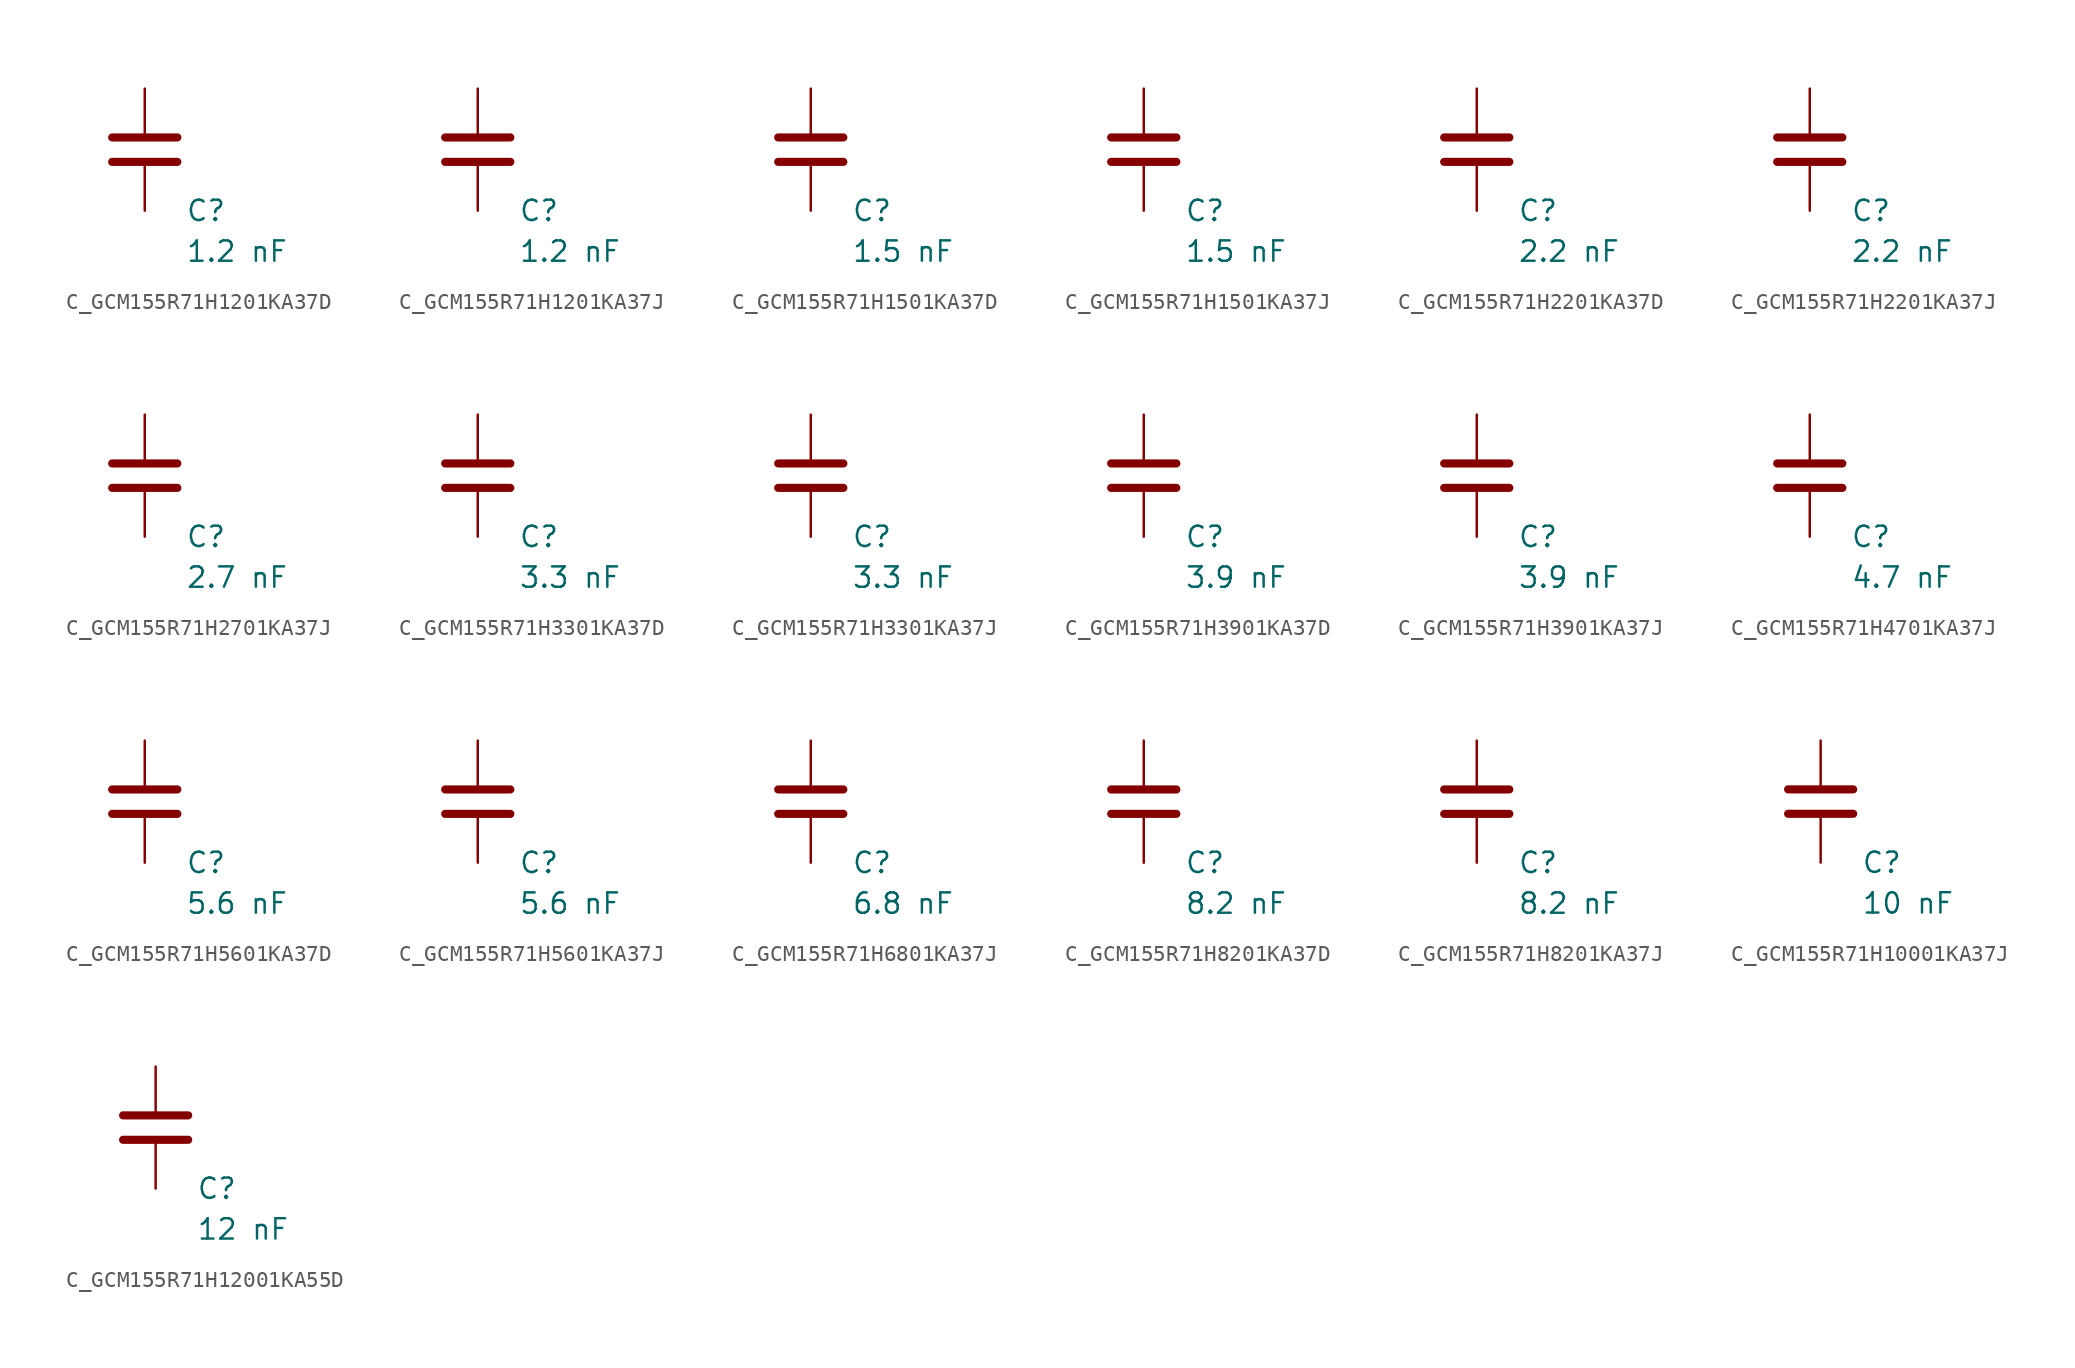
<source format=kicad_sym>
(kicad_symbol_lib
  (version 20231120)
  (generator "kicad_symbol_editor")
  (generator_version "8.0")
  (symbol "C_GCM155R71H1201KA37D"
    (pin_numbers hide)
    (pin_names
      (offset 0.254))
    (property "Reference" "C"
      (at 2.54 -3.81 0)
      (effects (font (size 1.27 1.27)) (justify left))
      (show_name no))
    (property "Value" "1.2 nF"
      (at 2.54 -6.35 0)
      (effects (font (size 1.27 1.27)) (justify left))
      (show_name no))
    (symbol "C_GCM155R71H1201KA37D_0_1"
      (polyline (pts (xy -2.032 -0.762) (xy 2.032 -0.762)) (stroke (width 0.508) (type default)) (fill (type none)))
      (polyline (pts (xy -2.032 0.762) (xy 2.032 0.762)) (stroke (width 0.508) (type default)) (fill (type none))))
    (symbol "C_GCM155R71H1201KA37D_1_1"
      (pin passive line (at 0 3.81 270) (length 2.794) (name "~" (effects (font (size 1.27 1.27)))) (number "1" (effects (font (size 1.27 1.27)))))
      (pin passive line (at 0 -3.81 90) (length 2.794) (name "~" (effects (font (size 1.27 1.27)))) (number "2" (effects (font (size 1.27 1.27)))))))
  (symbol "C_GCM155R71H1201KA37J"
    (pin_numbers hide)
    (pin_names
      (offset 0.254))
    (property "Reference" "C"
      (at 2.54 -3.81 0)
      (effects (font (size 1.27 1.27)) (justify left))
      (show_name no))
    (property "Value" "1.2 nF"
      (at 2.54 -6.35 0)
      (effects (font (size 1.27 1.27)) (justify left))
      (show_name no))
    (symbol "C_GCM155R71H1201KA37J_0_1"
      (polyline (pts (xy -2.032 -0.762) (xy 2.032 -0.762)) (stroke (width 0.508) (type default)) (fill (type none)))
      (polyline (pts (xy -2.032 0.762) (xy 2.032 0.762)) (stroke (width 0.508) (type default)) (fill (type none))))
    (symbol "C_GCM155R71H1201KA37J_1_1"
      (pin passive line (at 0 3.81 270) (length 2.794) (name "~" (effects (font (size 1.27 1.27)))) (number "1" (effects (font (size 1.27 1.27)))))
      (pin passive line (at 0 -3.81 90) (length 2.794) (name "~" (effects (font (size 1.27 1.27)))) (number "2" (effects (font (size 1.27 1.27)))))))
  (symbol "C_GCM155R71H1501KA37D"
    (pin_numbers hide)
    (pin_names
      (offset 0.254))
    (property "Reference" "C"
      (at 2.54 -3.81 0)
      (effects (font (size 1.27 1.27)) (justify left))
      (show_name no))
    (property "Value" "1.5 nF"
      (at 2.54 -6.35 0)
      (effects (font (size 1.27 1.27)) (justify left))
      (show_name no))
    (symbol "C_GCM155R71H1501KA37D_0_1"
      (polyline (pts (xy -2.032 -0.762) (xy 2.032 -0.762)) (stroke (width 0.508) (type default)) (fill (type none)))
      (polyline (pts (xy -2.032 0.762) (xy 2.032 0.762)) (stroke (width 0.508) (type default)) (fill (type none))))
    (symbol "C_GCM155R71H1501KA37D_1_1"
      (pin passive line (at 0 3.81 270) (length 2.794) (name "~" (effects (font (size 1.27 1.27)))) (number "1" (effects (font (size 1.27 1.27)))))
      (pin passive line (at 0 -3.81 90) (length 2.794) (name "~" (effects (font (size 1.27 1.27)))) (number "2" (effects (font (size 1.27 1.27)))))))
  (symbol "C_GCM155R71H1501KA37J"
    (pin_numbers hide)
    (pin_names
      (offset 0.254))
    (property "Reference" "C"
      (at 2.54 -3.81 0)
      (effects (font (size 1.27 1.27)) (justify left))
      (show_name no))
    (property "Value" "1.5 nF"
      (at 2.54 -6.35 0)
      (effects (font (size 1.27 1.27)) (justify left))
      (show_name no))
    (symbol "C_GCM155R71H1501KA37J_0_1"
      (polyline (pts (xy -2.032 -0.762) (xy 2.032 -0.762)) (stroke (width 0.508) (type default)) (fill (type none)))
      (polyline (pts (xy -2.032 0.762) (xy 2.032 0.762)) (stroke (width 0.508) (type default)) (fill (type none))))
    (symbol "C_GCM155R71H1501KA37J_1_1"
      (pin passive line (at 0 3.81 270) (length 2.794) (name "~" (effects (font (size 1.27 1.27)))) (number "1" (effects (font (size 1.27 1.27)))))
      (pin passive line (at 0 -3.81 90) (length 2.794) (name "~" (effects (font (size 1.27 1.27)))) (number "2" (effects (font (size 1.27 1.27)))))))
  (symbol "C_GCM155R71H2201KA37D"
    (pin_numbers hide)
    (pin_names
      (offset 0.254))
    (property "Reference" "C"
      (at 2.54 -3.81 0)
      (effects (font (size 1.27 1.27)) (justify left))
      (show_name no))
    (property "Value" "2.2 nF"
      (at 2.54 -6.35 0)
      (effects (font (size 1.27 1.27)) (justify left))
      (show_name no))
    (symbol "C_GCM155R71H2201KA37D_0_1"
      (polyline (pts (xy -2.032 -0.762) (xy 2.032 -0.762)) (stroke (width 0.508) (type default)) (fill (type none)))
      (polyline (pts (xy -2.032 0.762) (xy 2.032 0.762)) (stroke (width 0.508) (type default)) (fill (type none))))
    (symbol "C_GCM155R71H2201KA37D_1_1"
      (pin passive line (at 0 3.81 270) (length 2.794) (name "~" (effects (font (size 1.27 1.27)))) (number "1" (effects (font (size 1.27 1.27)))))
      (pin passive line (at 0 -3.81 90) (length 2.794) (name "~" (effects (font (size 1.27 1.27)))) (number "2" (effects (font (size 1.27 1.27)))))))
  (symbol "C_GCM155R71H2201KA37J"
    (pin_numbers hide)
    (pin_names
      (offset 0.254))
    (property "Reference" "C"
      (at 2.54 -3.81 0)
      (effects (font (size 1.27 1.27)) (justify left))
      (show_name no))
    (property "Value" "2.2 nF"
      (at 2.54 -6.35 0)
      (effects (font (size 1.27 1.27)) (justify left))
      (show_name no))
    (symbol "C_GCM155R71H2201KA37J_0_1"
      (polyline (pts (xy -2.032 -0.762) (xy 2.032 -0.762)) (stroke (width 0.508) (type default)) (fill (type none)))
      (polyline (pts (xy -2.032 0.762) (xy 2.032 0.762)) (stroke (width 0.508) (type default)) (fill (type none))))
    (symbol "C_GCM155R71H2201KA37J_1_1"
      (pin passive line (at 0 3.81 270) (length 2.794) (name "~" (effects (font (size 1.27 1.27)))) (number "1" (effects (font (size 1.27 1.27)))))
      (pin passive line (at 0 -3.81 90) (length 2.794) (name "~" (effects (font (size 1.27 1.27)))) (number "2" (effects (font (size 1.27 1.27)))))))
  (symbol "C_GCM155R71H2701KA37J"
    (pin_numbers hide)
    (pin_names
      (offset 0.254))
    (property "Reference" "C"
      (at 2.54 -3.81 0)
      (effects (font (size 1.27 1.27)) (justify left))
      (show_name no))
    (property "Value" "2.7 nF"
      (at 2.54 -6.35 0)
      (effects (font (size 1.27 1.27)) (justify left))
      (show_name no))
    (symbol "C_GCM155R71H2701KA37J_0_1"
      (polyline (pts (xy -2.032 -0.762) (xy 2.032 -0.762)) (stroke (width 0.508) (type default)) (fill (type none)))
      (polyline (pts (xy -2.032 0.762) (xy 2.032 0.762)) (stroke (width 0.508) (type default)) (fill (type none))))
    (symbol "C_GCM155R71H2701KA37J_1_1"
      (pin passive line (at 0 3.81 270) (length 2.794) (name "~" (effects (font (size 1.27 1.27)))) (number "1" (effects (font (size 1.27 1.27)))))
      (pin passive line (at 0 -3.81 90) (length 2.794) (name "~" (effects (font (size 1.27 1.27)))) (number "2" (effects (font (size 1.27 1.27)))))))
  (symbol "C_GCM155R71H3301KA37D"
    (pin_numbers hide)
    (pin_names
      (offset 0.254))
    (property "Reference" "C"
      (at 2.54 -3.81 0)
      (effects (font (size 1.27 1.27)) (justify left))
      (show_name no))
    (property "Value" "3.3 nF"
      (at 2.54 -6.35 0)
      (effects (font (size 1.27 1.27)) (justify left))
      (show_name no))
    (symbol "C_GCM155R71H3301KA37D_0_1"
      (polyline (pts (xy -2.032 -0.762) (xy 2.032 -0.762)) (stroke (width 0.508) (type default)) (fill (type none)))
      (polyline (pts (xy -2.032 0.762) (xy 2.032 0.762)) (stroke (width 0.508) (type default)) (fill (type none))))
    (symbol "C_GCM155R71H3301KA37D_1_1"
      (pin passive line (at 0 3.81 270) (length 2.794) (name "~" (effects (font (size 1.27 1.27)))) (number "1" (effects (font (size 1.27 1.27)))))
      (pin passive line (at 0 -3.81 90) (length 2.794) (name "~" (effects (font (size 1.27 1.27)))) (number "2" (effects (font (size 1.27 1.27)))))))
  (symbol "C_GCM155R71H3301KA37J"
    (pin_numbers hide)
    (pin_names
      (offset 0.254))
    (property "Reference" "C"
      (at 2.54 -3.81 0)
      (effects (font (size 1.27 1.27)) (justify left))
      (show_name no))
    (property "Value" "3.3 nF"
      (at 2.54 -6.35 0)
      (effects (font (size 1.27 1.27)) (justify left))
      (show_name no))
    (symbol "C_GCM155R71H3301KA37J_0_1"
      (polyline (pts (xy -2.032 -0.762) (xy 2.032 -0.762)) (stroke (width 0.508) (type default)) (fill (type none)))
      (polyline (pts (xy -2.032 0.762) (xy 2.032 0.762)) (stroke (width 0.508) (type default)) (fill (type none))))
    (symbol "C_GCM155R71H3301KA37J_1_1"
      (pin passive line (at 0 3.81 270) (length 2.794) (name "~" (effects (font (size 1.27 1.27)))) (number "1" (effects (font (size 1.27 1.27)))))
      (pin passive line (at 0 -3.81 90) (length 2.794) (name "~" (effects (font (size 1.27 1.27)))) (number "2" (effects (font (size 1.27 1.27)))))))
  (symbol "C_GCM155R71H3901KA37D"
    (pin_numbers hide)
    (pin_names
      (offset 0.254))
    (property "Reference" "C"
      (at 2.54 -3.81 0)
      (effects (font (size 1.27 1.27)) (justify left))
      (show_name no))
    (property "Value" "3.9 nF"
      (at 2.54 -6.35 0)
      (effects (font (size 1.27 1.27)) (justify left))
      (show_name no))
    (symbol "C_GCM155R71H3901KA37D_0_1"
      (polyline (pts (xy -2.032 -0.762) (xy 2.032 -0.762)) (stroke (width 0.508) (type default)) (fill (type none)))
      (polyline (pts (xy -2.032 0.762) (xy 2.032 0.762)) (stroke (width 0.508) (type default)) (fill (type none))))
    (symbol "C_GCM155R71H3901KA37D_1_1"
      (pin passive line (at 0 3.81 270) (length 2.794) (name "~" (effects (font (size 1.27 1.27)))) (number "1" (effects (font (size 1.27 1.27)))))
      (pin passive line (at 0 -3.81 90) (length 2.794) (name "~" (effects (font (size 1.27 1.27)))) (number "2" (effects (font (size 1.27 1.27)))))))
  (symbol "C_GCM155R71H3901KA37J"
    (pin_numbers hide)
    (pin_names
      (offset 0.254))
    (property "Reference" "C"
      (at 2.54 -3.81 0)
      (effects (font (size 1.27 1.27)) (justify left))
      (show_name no))
    (property "Value" "3.9 nF"
      (at 2.54 -6.35 0)
      (effects (font (size 1.27 1.27)) (justify left))
      (show_name no))
    (symbol "C_GCM155R71H3901KA37J_0_1"
      (polyline (pts (xy -2.032 -0.762) (xy 2.032 -0.762)) (stroke (width 0.508) (type default)) (fill (type none)))
      (polyline (pts (xy -2.032 0.762) (xy 2.032 0.762)) (stroke (width 0.508) (type default)) (fill (type none))))
    (symbol "C_GCM155R71H3901KA37J_1_1"
      (pin passive line (at 0 3.81 270) (length 2.794) (name "~" (effects (font (size 1.27 1.27)))) (number "1" (effects (font (size 1.27 1.27)))))
      (pin passive line (at 0 -3.81 90) (length 2.794) (name "~" (effects (font (size 1.27 1.27)))) (number "2" (effects (font (size 1.27 1.27)))))))
  (symbol "C_GCM155R71H4701KA37J"
    (pin_numbers hide)
    (pin_names
      (offset 0.254))
    (property "Reference" "C"
      (at 2.54 -3.81 0)
      (effects (font (size 1.27 1.27)) (justify left))
      (show_name no))
    (property "Value" "4.7 nF"
      (at 2.54 -6.35 0)
      (effects (font (size 1.27 1.27)) (justify left))
      (show_name no))
    (symbol "C_GCM155R71H4701KA37J_0_1"
      (polyline (pts (xy -2.032 -0.762) (xy 2.032 -0.762)) (stroke (width 0.508) (type default)) (fill (type none)))
      (polyline (pts (xy -2.032 0.762) (xy 2.032 0.762)) (stroke (width 0.508) (type default)) (fill (type none))))
    (symbol "C_GCM155R71H4701KA37J_1_1"
      (pin passive line (at 0 3.81 270) (length 2.794) (name "~" (effects (font (size 1.27 1.27)))) (number "1" (effects (font (size 1.27 1.27)))))
      (pin passive line (at 0 -3.81 90) (length 2.794) (name "~" (effects (font (size 1.27 1.27)))) (number "2" (effects (font (size 1.27 1.27)))))))
  (symbol "C_GCM155R71H5601KA37D"
    (pin_numbers hide)
    (pin_names
      (offset 0.254))
    (property "Reference" "C"
      (at 2.54 -3.81 0)
      (effects (font (size 1.27 1.27)) (justify left))
      (show_name no))
    (property "Value" "5.6 nF"
      (at 2.54 -6.35 0)
      (effects (font (size 1.27 1.27)) (justify left))
      (show_name no))
    (symbol "C_GCM155R71H5601KA37D_0_1"
      (polyline (pts (xy -2.032 -0.762) (xy 2.032 -0.762)) (stroke (width 0.508) (type default)) (fill (type none)))
      (polyline (pts (xy -2.032 0.762) (xy 2.032 0.762)) (stroke (width 0.508) (type default)) (fill (type none))))
    (symbol "C_GCM155R71H5601KA37D_1_1"
      (pin passive line (at 0 3.81 270) (length 2.794) (name "~" (effects (font (size 1.27 1.27)))) (number "1" (effects (font (size 1.27 1.27)))))
      (pin passive line (at 0 -3.81 90) (length 2.794) (name "~" (effects (font (size 1.27 1.27)))) (number "2" (effects (font (size 1.27 1.27)))))))
  (symbol "C_GCM155R71H5601KA37J"
    (pin_numbers hide)
    (pin_names
      (offset 0.254))
    (property "Reference" "C"
      (at 2.54 -3.81 0)
      (effects (font (size 1.27 1.27)) (justify left))
      (show_name no))
    (property "Value" "5.6 nF"
      (at 2.54 -6.35 0)
      (effects (font (size 1.27 1.27)) (justify left))
      (show_name no))
    (symbol "C_GCM155R71H5601KA37J_0_1"
      (polyline (pts (xy -2.032 -0.762) (xy 2.032 -0.762)) (stroke (width 0.508) (type default)) (fill (type none)))
      (polyline (pts (xy -2.032 0.762) (xy 2.032 0.762)) (stroke (width 0.508) (type default)) (fill (type none))))
    (symbol "C_GCM155R71H5601KA37J_1_1"
      (pin passive line (at 0 3.81 270) (length 2.794) (name "~" (effects (font (size 1.27 1.27)))) (number "1" (effects (font (size 1.27 1.27)))))
      (pin passive line (at 0 -3.81 90) (length 2.794) (name "~" (effects (font (size 1.27 1.27)))) (number "2" (effects (font (size 1.27 1.27)))))))
  (symbol "C_GCM155R71H6801KA37J"
    (pin_numbers hide)
    (pin_names
      (offset 0.254))
    (property "Reference" "C"
      (at 2.54 -3.81 0)
      (effects (font (size 1.27 1.27)) (justify left))
      (show_name no))
    (property "Value" "6.8 nF"
      (at 2.54 -6.35 0)
      (effects (font (size 1.27 1.27)) (justify left))
      (show_name no))
    (symbol "C_GCM155R71H6801KA37J_0_1"
      (polyline (pts (xy -2.032 -0.762) (xy 2.032 -0.762)) (stroke (width 0.508) (type default)) (fill (type none)))
      (polyline (pts (xy -2.032 0.762) (xy 2.032 0.762)) (stroke (width 0.508) (type default)) (fill (type none))))
    (symbol "C_GCM155R71H6801KA37J_1_1"
      (pin passive line (at 0 3.81 270) (length 2.794) (name "~" (effects (font (size 1.27 1.27)))) (number "1" (effects (font (size 1.27 1.27)))))
      (pin passive line (at 0 -3.81 90) (length 2.794) (name "~" (effects (font (size 1.27 1.27)))) (number "2" (effects (font (size 1.27 1.27)))))))
  (symbol "C_GCM155R71H8201KA37D"
    (pin_numbers hide)
    (pin_names
      (offset 0.254))
    (property "Reference" "C"
      (at 2.54 -3.81 0)
      (effects (font (size 1.27 1.27)) (justify left))
      (show_name no))
    (property "Value" "8.2 nF"
      (at 2.54 -6.35 0)
      (effects (font (size 1.27 1.27)) (justify left))
      (show_name no))
    (symbol "C_GCM155R71H8201KA37D_0_1"
      (polyline (pts (xy -2.032 -0.762) (xy 2.032 -0.762)) (stroke (width 0.508) (type default)) (fill (type none)))
      (polyline (pts (xy -2.032 0.762) (xy 2.032 0.762)) (stroke (width 0.508) (type default)) (fill (type none))))
    (symbol "C_GCM155R71H8201KA37D_1_1"
      (pin passive line (at 0 3.81 270) (length 2.794) (name "~" (effects (font (size 1.27 1.27)))) (number "1" (effects (font (size 1.27 1.27)))))
      (pin passive line (at 0 -3.81 90) (length 2.794) (name "~" (effects (font (size 1.27 1.27)))) (number "2" (effects (font (size 1.27 1.27)))))))
  (symbol "C_GCM155R71H8201KA37J"
    (pin_numbers hide)
    (pin_names
      (offset 0.254))
    (property "Reference" "C"
      (at 2.54 -3.81 0)
      (effects (font (size 1.27 1.27)) (justify left))
      (show_name no))
    (property "Value" "8.2 nF"
      (at 2.54 -6.35 0)
      (effects (font (size 1.27 1.27)) (justify left))
      (show_name no))
    (symbol "C_GCM155R71H8201KA37J_0_1"
      (polyline (pts (xy -2.032 -0.762) (xy 2.032 -0.762)) (stroke (width 0.508) (type default)) (fill (type none)))
      (polyline (pts (xy -2.032 0.762) (xy 2.032 0.762)) (stroke (width 0.508) (type default)) (fill (type none))))
    (symbol "C_GCM155R71H8201KA37J_1_1"
      (pin passive line (at 0 3.81 270) (length 2.794) (name "~" (effects (font (size 1.27 1.27)))) (number "1" (effects (font (size 1.27 1.27)))))
      (pin passive line (at 0 -3.81 90) (length 2.794) (name "~" (effects (font (size 1.27 1.27)))) (number "2" (effects (font (size 1.27 1.27)))))))
  (symbol "C_GCM155R71H10001KA37J"
    (pin_numbers hide)
    (pin_names
      (offset 0.254))
    (property "Reference" "C"
      (at 2.54 -3.81 0)
      (effects (font (size 1.27 1.27)) (justify left))
      (show_name no))
    (property "Value" "10 nF"
      (at 2.54 -6.35 0)
      (effects (font (size 1.27 1.27)) (justify left))
      (show_name no))
    (symbol "C_GCM155R71H10001KA37J_0_1"
      (polyline (pts (xy -2.032 -0.762) (xy 2.032 -0.762)) (stroke (width 0.508) (type default)) (fill (type none)))
      (polyline (pts (xy -2.032 0.762) (xy 2.032 0.762)) (stroke (width 0.508) (type default)) (fill (type none))))
    (symbol "C_GCM155R71H10001KA37J_1_1"
      (pin passive line (at 0 3.81 270) (length 2.794) (name "~" (effects (font (size 1.27 1.27)))) (number "1" (effects (font (size 1.27 1.27)))))
      (pin passive line (at 0 -3.81 90) (length 2.794) (name "~" (effects (font (size 1.27 1.27)))) (number "2" (effects (font (size 1.27 1.27)))))))
  (symbol "C_GCM155R71H12001KA55D"
    (pin_numbers hide)
    (pin_names
      (offset 0.254))
    (property "Reference" "C"
      (at 2.54 -3.81 0)
      (effects (font (size 1.27 1.27)) (justify left))
      (show_name no))
    (property "Value" "12 nF"
      (at 2.54 -6.35 0)
      (effects (font (size 1.27 1.27)) (justify left))
      (show_name no))
    (symbol "C_GCM155R71H12001KA55D_0_1"
      (polyline (pts (xy -2.032 -0.762) (xy 2.032 -0.762)) (stroke (width 0.508) (type default)) (fill (type none)))
      (polyline (pts (xy -2.032 0.762) (xy 2.032 0.762)) (stroke (width 0.508) (type default)) (fill (type none))))
    (symbol "C_GCM155R71H12001KA55D_1_1"
      (pin passive line (at 0 3.81 270) (length 2.794) (name "~" (effects (font (size 1.27 1.27)))) (number "1" (effects (font (size 1.27 1.27)))))
      (pin passive line (at 0 -3.81 90) (length 2.794) (name "~" (effects (font (size 1.27 1.27)))) (number "2" (effects (font (size 1.27 1.27))))))))
</source>
